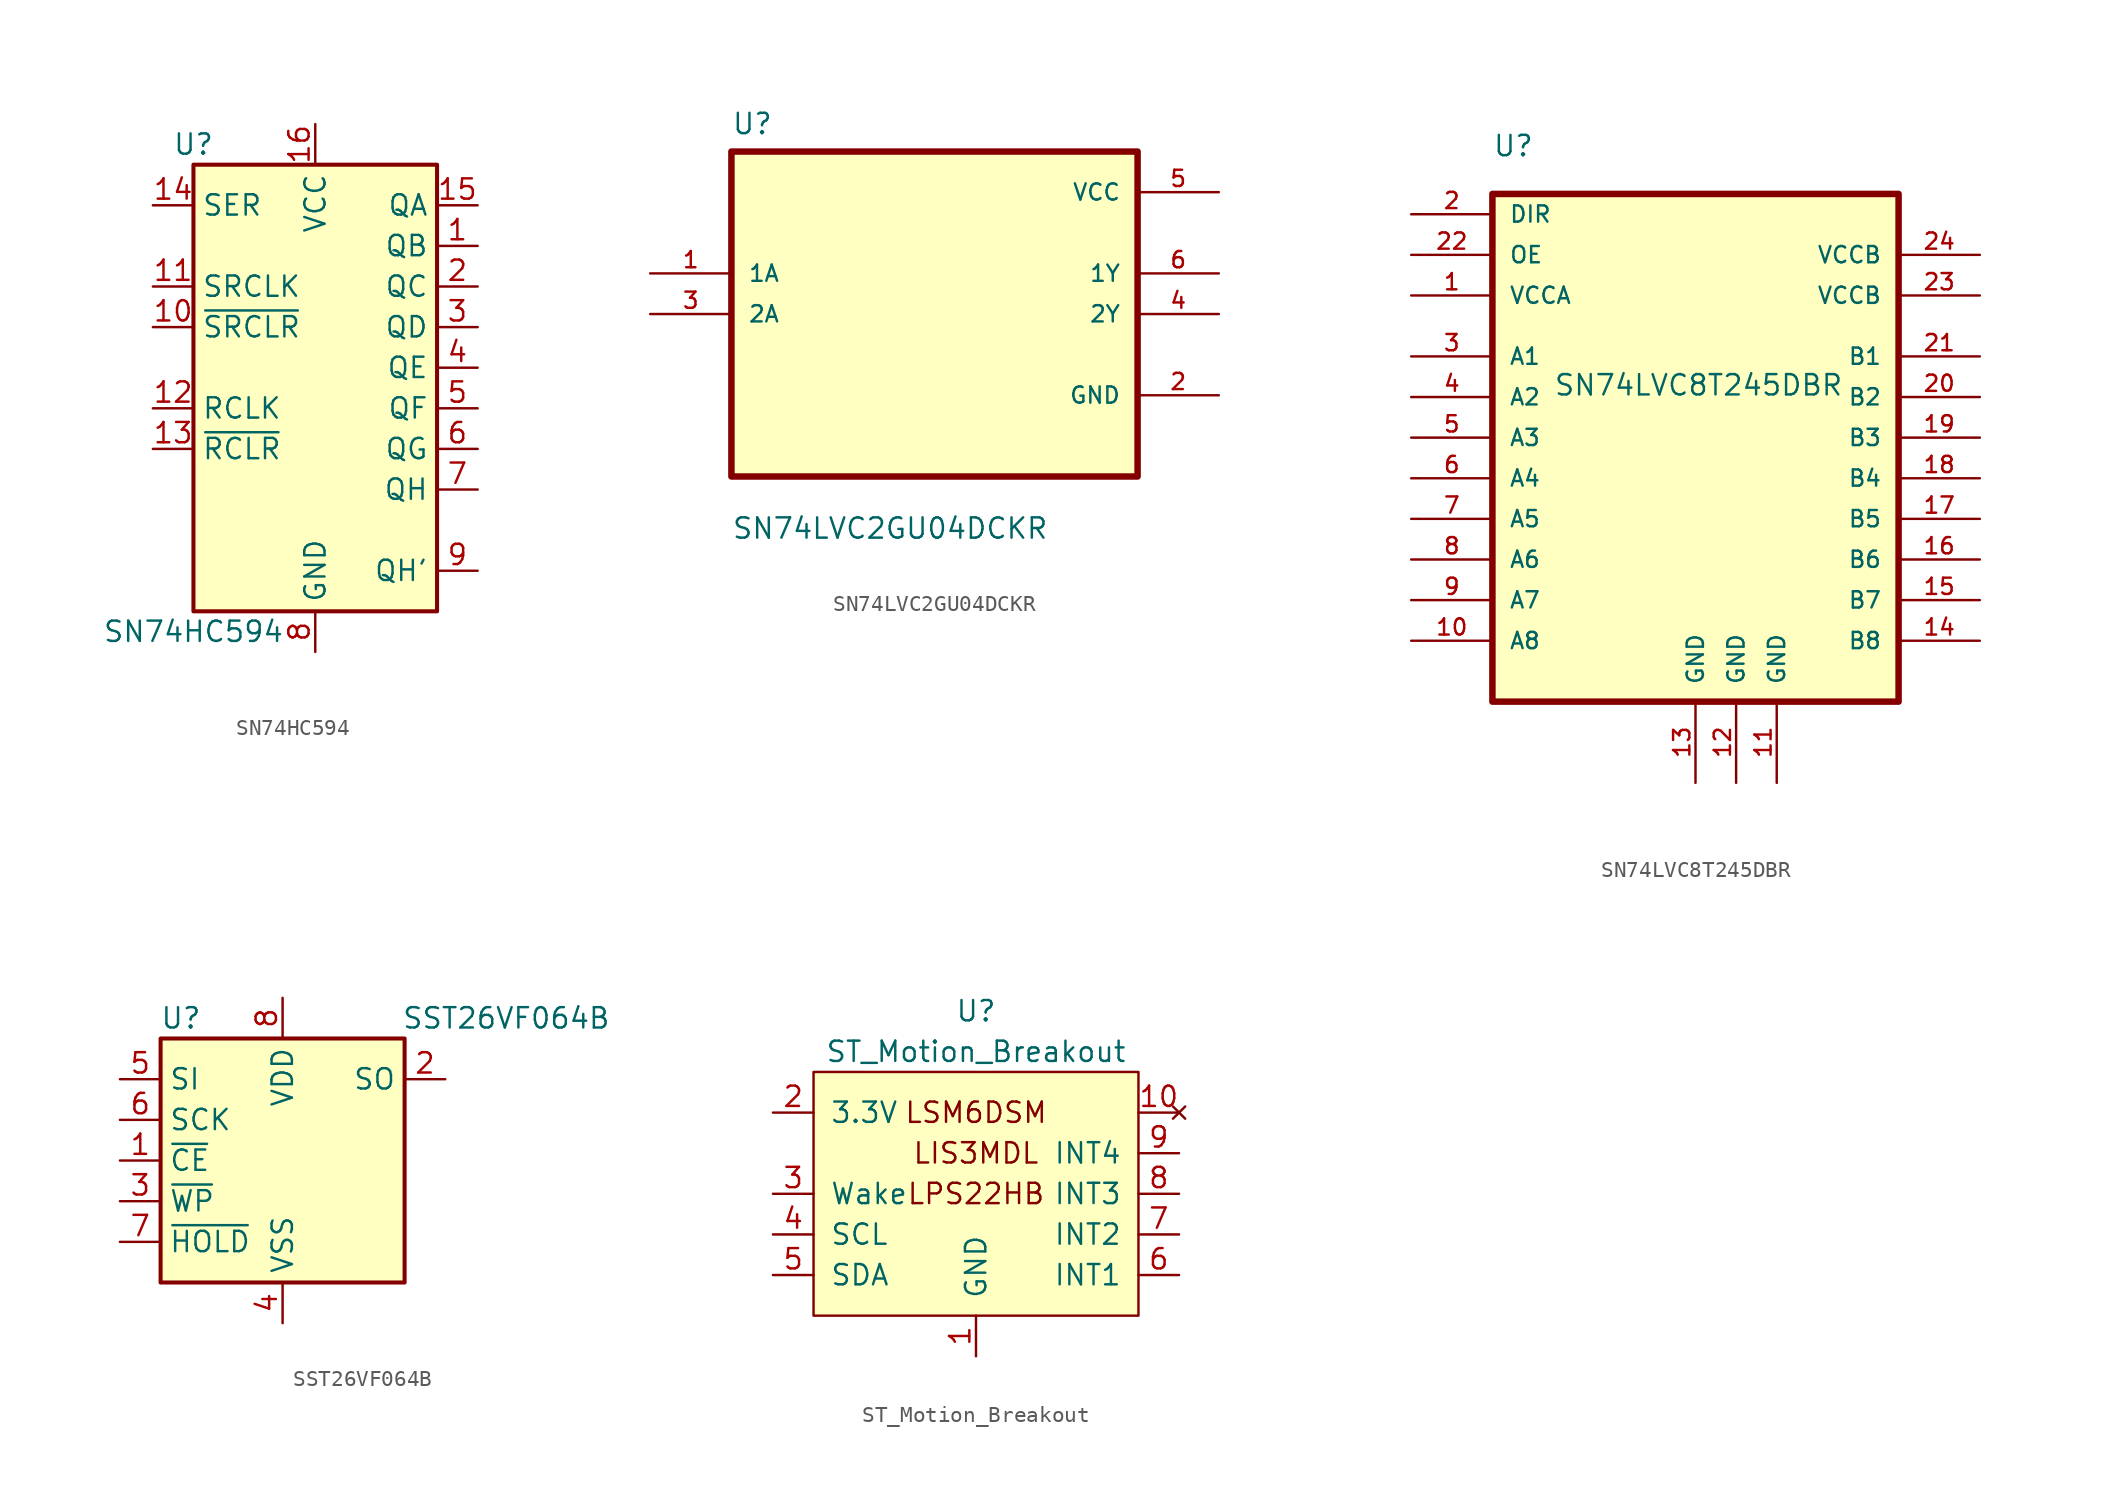
<source format=kicad_sym>
(kicad_symbol_lib
  (version 20211014)
  (generator kicad_symbol_editor)
  (symbol "SN74HC594"
    (property "Reference" "U"
      (at -7.62 13.97 0)
      (effects (font (size 1.27 1.27))))
    (property "Value" "SN74HC594"
      (at -7.62 -16.51 0)
      (effects (font (size 1.27 1.27))))
    (symbol "SN74HC594_1_0"
      (pin open_collector line (at 10.16 7.62 180) (length 2.54) (name "QB" (effects (font (size 1.27 1.27)))) (number "1" (effects (font (size 1.27 1.27)))))
      (pin input line (at -10.16 2.54 0) (length 2.54) (name "~{SRCLR}" (effects (font (size 1.27 1.27)))) (number "10" (effects (font (size 1.27 1.27)))))
      (pin input line (at -10.16 5.08 0) (length 2.54) (name "SRCLK" (effects (font (size 1.27 1.27)))) (number "11" (effects (font (size 1.27 1.27)))))
      (pin input line (at -10.16 -2.54 0) (length 2.54) (name "RCLK" (effects (font (size 1.27 1.27)))) (number "12" (effects (font (size 1.27 1.27)))))
      (pin input line (at -10.16 -5.08 0) (length 2.54) (name "~{RCLR}" (effects (font (size 1.27 1.27)))) (number "13" (effects (font (size 1.27 1.27)))))
      (pin input line (at -10.16 10.16 0) (length 2.54) (name "SER" (effects (font (size 1.27 1.27)))) (number "14" (effects (font (size 1.27 1.27)))))
      (pin open_collector line (at 10.16 10.16 180) (length 2.54) (name "QA" (effects (font (size 1.27 1.27)))) (number "15" (effects (font (size 1.27 1.27)))))
      (pin power_in line (at 0 15.24 270) (length 2.54) (name "VCC" (effects (font (size 1.27 1.27)))) (number "16" (effects (font (size 1.27 1.27)))))
      (pin open_collector line (at 10.16 5.08 180) (length 2.54) (name "QC" (effects (font (size 1.27 1.27)))) (number "2" (effects (font (size 1.27 1.27)))))
      (pin open_collector line (at 10.16 2.54 180) (length 2.54) (name "QD" (effects (font (size 1.27 1.27)))) (number "3" (effects (font (size 1.27 1.27)))))
      (pin open_collector line (at 10.16 0 180) (length 2.54) (name "QE" (effects (font (size 1.27 1.27)))) (number "4" (effects (font (size 1.27 1.27)))))
      (pin open_collector line (at 10.16 -2.54 180) (length 2.54) (name "QF" (effects (font (size 1.27 1.27)))) (number "5" (effects (font (size 1.27 1.27)))))
      (pin open_collector line (at 10.16 -5.08 180) (length 2.54) (name "QG" (effects (font (size 1.27 1.27)))) (number "6" (effects (font (size 1.27 1.27)))))
      (pin open_collector line (at 10.16 -7.62 180) (length 2.54) (name "QH" (effects (font (size 1.27 1.27)))) (number "7" (effects (font (size 1.27 1.27)))))
      (pin power_in line (at 0 -17.78 90) (length 2.54) (name "GND" (effects (font (size 1.27 1.27)))) (number "8" (effects (font (size 1.27 1.27)))))
      (pin output line (at 10.16 -12.7 180) (length 2.54) (name "QH'" (effects (font (size 1.27 1.27)))) (number "9" (effects (font (size 1.27 1.27))))))
    (symbol "SN74HC594_1_1"
      (rectangle (start -7.62 12.7) (end 7.62 -15.24) (stroke (width 0.254) (type default) (color 0 0 0 0)) (fill (type background)))))
  (symbol "SN74LVC2GU04DCKR"
    (pin_names
      (offset 1.016))
    (property "Reference" "U"
      (at -12.7 11.151 0)
      (effects (font (size 1.27 1.27)) (justify left bottom)))
    (property "Value" "SN74LVC2GU04DCKR"
      (at -12.7 -14.148 0)
      (effects (font (size 1.27 1.27)) (justify left bottom)))
    (property "ki_locked" ""
      (at 0 0 0)
      (effects (font (size 1.27 1.27))))
    (symbol "SN74LVC2GU04DCKR_0_0"
      (rectangle (start -12.7 -10.16) (end 12.7 10.16) (stroke (width 0.406) (type default) (color 0 0 0 0)) (fill (type background)))
      (pin input line (at -17.78 2.54 0) (length 5.08) (name "1A" (effects (font (size 1.016 1.016)))) (number "1" (effects (font (size 1.016 1.016)))))
      (pin power_in line (at 17.78 -5.08 180) (length 5.08) (name "GND" (effects (font (size 1.016 1.016)))) (number "2" (effects (font (size 1.016 1.016)))))
      (pin input line (at -17.78 0 0) (length 5.08) (name "2A" (effects (font (size 1.016 1.016)))) (number "3" (effects (font (size 1.016 1.016)))))
      (pin output line (at 17.78 0 180) (length 5.08) (name "2Y" (effects (font (size 1.016 1.016)))) (number "4" (effects (font (size 1.016 1.016)))))
      (pin power_in line (at 17.78 7.62 180) (length 5.08) (name "VCC" (effects (font (size 1.016 1.016)))) (number "5" (effects (font (size 1.016 1.016)))))
      (pin output line (at 17.78 2.54 180) (length 5.08) (name "1Y" (effects (font (size 1.016 1.016)))) (number "6" (effects (font (size 1.016 1.016)))))))
  (symbol "SN74LVC8T245DBR"
    (pin_names
      (offset 1.016))
    (property "Reference" "U"
      (at -12.7 28.931 0)
      (effects (font (size 1.27 1.27)) (justify left bottom)))
    (property "Value" "SN74LVC8T245DBR"
      (at -8.89 13.97 0)
      (effects (font (size 1.27 1.27)) (justify left bottom)))
    (property "ki_locked" ""
      (at 0 0 0)
      (effects (font (size 1.27 1.27))))
    (symbol "SN74LVC8T245DBR_0_0"
      (rectangle (start -12.7 -5.08) (end 12.7 26.67) (stroke (width 0.406) (type default) (color 0 0 0 0)) (fill (type background)))
      (pin power_in line (at -17.78 20.32 0) (length 5.08) (name "VCCA" (effects (font (size 1.016 1.016)))) (number "1" (effects (font (size 1.016 1.016)))))
      (pin bidirectional line (at -17.78 -1.27 0) (length 5.08) (name "A8" (effects (font (size 1.016 1.016)))) (number "10" (effects (font (size 1.016 1.016)))))
      (pin power_in line (at 5.08 -10.16 90) (length 5.08) (name "GND" (effects (font (size 1.016 1.016)))) (number "11" (effects (font (size 1.016 1.016)))))
      (pin power_in line (at 2.54 -10.16 90) (length 5.08) (name "GND" (effects (font (size 1.016 1.016)))) (number "12" (effects (font (size 1.016 1.016)))))
      (pin power_in line (at 0 -10.16 90) (length 5.08) (name "GND" (effects (font (size 1.016 1.016)))) (number "13" (effects (font (size 1.016 1.016)))))
      (pin bidirectional line (at 17.78 -1.27 180) (length 5.08) (name "B8" (effects (font (size 1.016 1.016)))) (number "14" (effects (font (size 1.016 1.016)))))
      (pin bidirectional line (at 17.78 1.27 180) (length 5.08) (name "B7" (effects (font (size 1.016 1.016)))) (number "15" (effects (font (size 1.016 1.016)))))
      (pin bidirectional line (at 17.78 3.81 180) (length 5.08) (name "B6" (effects (font (size 1.016 1.016)))) (number "16" (effects (font (size 1.016 1.016)))))
      (pin bidirectional line (at 17.78 6.35 180) (length 5.08) (name "B5" (effects (font (size 1.016 1.016)))) (number "17" (effects (font (size 1.016 1.016)))))
      (pin bidirectional line (at 17.78 8.89 180) (length 5.08) (name "B4" (effects (font (size 1.016 1.016)))) (number "18" (effects (font (size 1.016 1.016)))))
      (pin bidirectional line (at 17.78 11.43 180) (length 5.08) (name "B3" (effects (font (size 1.016 1.016)))) (number "19" (effects (font (size 1.016 1.016)))))
      (pin input line (at -17.78 25.4 0) (length 5.08) (name "DIR" (effects (font (size 1.016 1.016)))) (number "2" (effects (font (size 1.016 1.016)))))
      (pin bidirectional line (at 17.78 13.97 180) (length 5.08) (name "B2" (effects (font (size 1.016 1.016)))) (number "20" (effects (font (size 1.016 1.016)))))
      (pin bidirectional line (at 17.78 16.51 180) (length 5.08) (name "B1" (effects (font (size 1.016 1.016)))) (number "21" (effects (font (size 1.016 1.016)))))
      (pin input line (at -17.78 22.86 0) (length 5.08) (name "OE" (effects (font (size 1.016 1.016)))) (number "22" (effects (font (size 1.016 1.016)))))
      (pin power_in line (at 17.78 20.32 180) (length 5.08) (name "VCCB" (effects (font (size 1.016 1.016)))) (number "23" (effects (font (size 1.016 1.016)))))
      (pin power_in line (at 17.78 22.86 180) (length 5.08) (name "VCCB" (effects (font (size 1.016 1.016)))) (number "24" (effects (font (size 1.016 1.016)))))
      (pin bidirectional line (at -17.78 16.51 0) (length 5.08) (name "A1" (effects (font (size 1.016 1.016)))) (number "3" (effects (font (size 1.016 1.016)))))
      (pin bidirectional line (at -17.78 13.97 0) (length 5.08) (name "A2" (effects (font (size 1.016 1.016)))) (number "4" (effects (font (size 1.016 1.016)))))
      (pin bidirectional line (at -17.78 11.43 0) (length 5.08) (name "A3" (effects (font (size 1.016 1.016)))) (number "5" (effects (font (size 1.016 1.016)))))
      (pin bidirectional line (at -17.78 8.89 0) (length 5.08) (name "A4" (effects (font (size 1.016 1.016)))) (number "6" (effects (font (size 1.016 1.016)))))
      (pin bidirectional line (at -17.78 6.35 0) (length 5.08) (name "A5" (effects (font (size 1.016 1.016)))) (number "7" (effects (font (size 1.016 1.016)))))
      (pin bidirectional line (at -17.78 3.81 0) (length 5.08) (name "A6" (effects (font (size 1.016 1.016)))) (number "8" (effects (font (size 1.016 1.016)))))
      (pin bidirectional line (at -17.78 1.27 0) (length 5.08) (name "A7" (effects (font (size 1.016 1.016)))) (number "9" (effects (font (size 1.016 1.016)))))))
  (symbol "SST26VF064B"
    (property "Reference" "U"
      (at -6.35 8.89 0)
      (effects (font (size 1.27 1.27))))
    (property "Value" "SST26VF064B"
      (at 13.97 8.89 0)
      (effects (font (size 1.27 1.27))))
    (symbol "SST26VF064B_1_1"
      (rectangle (start -7.62 7.62) (end 7.62 -7.62) (stroke (width 0.254) (type default) (color 0 0 0 0)) (fill (type background)))
      (pin input line (at -10.16 0 0) (length 2.54) (name "~{CE}" (effects (font (size 1.27 1.27)))) (number "1" (effects (font (size 1.27 1.27)))))
      (pin output line (at 10.16 5.08 180) (length 2.54) (name "SO" (effects (font (size 1.27 1.27)))) (number "2" (effects (font (size 1.27 1.27)))))
      (pin input line (at -10.16 -2.54 0) (length 2.54) (name "~{WP}" (effects (font (size 1.27 1.27)))) (number "3" (effects (font (size 1.27 1.27)))))
      (pin power_in line (at 0 -10.16 90) (length 2.54) (name "VSS" (effects (font (size 1.27 1.27)))) (number "4" (effects (font (size 1.27 1.27)))))
      (pin input line (at -10.16 5.08 0) (length 2.54) (name "SI" (effects (font (size 1.27 1.27)))) (number "5" (effects (font (size 1.27 1.27)))))
      (pin input line (at -10.16 2.54 0) (length 2.54) (name "SCK" (effects (font (size 1.27 1.27)))) (number "6" (effects (font (size 1.27 1.27)))))
      (pin input line (at -10.16 -5.08 0) (length 2.54) (name "~{HOLD}" (effects (font (size 1.27 1.27)))) (number "7" (effects (font (size 1.27 1.27)))))
      (pin power_in line (at 0 10.16 270) (length 2.54) (name "VDD" (effects (font (size 1.27 1.27)))) (number "8" (effects (font (size 1.27 1.27)))))))
  (symbol "ST_Motion_Breakout"
    (pin_names
      (offset 1.016))
    (property "Reference" "U"
      (at 0 11.43 0)
      (effects (font (size 1.27 1.27))))
    (property "Value" "ST_Motion_Breakout"
      (at 0 8.89 0)
      (effects (font (size 1.27 1.27))))
    (symbol "ST_Motion_Breakout_0_0"
      (rectangle (start 10.16 -7.62) (end -10.16 7.62) (stroke (width 0) (type default) (color 0 0 0 0)) (fill (type background)))
      (text "LIS3MDL" (at 0 2.54 0) (effects (font (size 1.27 1.27))))
      (text "LPS22HB" (at 0 0 0) (effects (font (size 1.27 1.27))))
      (text "LSM6DSM" (at 0 5.08 0) (effects (font (size 1.27 1.27)))))
    (symbol "ST_Motion_Breakout_1_1"
      (pin power_in line (at 0 -10.16 90) (length 2.54) (name "GND" (effects (font (size 1.27 1.27)))) (number "1" (effects (font (size 1.27 1.27)))))
      (pin no_connect line (at 12.7 5.08 180) (length 2.54) (name "~" (effects (font (size 1.27 1.27)))) (number "10" (effects (font (size 1.27 1.27)))))
      (pin power_in line (at -12.7 5.08 0) (length 2.54) (name "3.3V" (effects (font (size 1.27 1.27)))) (number "2" (effects (font (size 1.27 1.27)))))
      (pin output line (at -12.7 0 0) (length 2.54) (name "Wake" (effects (font (size 1.27 1.27)))) (number "3" (effects (font (size 1.27 1.27)))))
      (pin input line (at -12.7 -2.54 0) (length 2.54) (name "SCL" (effects (font (size 1.27 1.27)))) (number "4" (effects (font (size 1.27 1.27)))))
      (pin bidirectional line (at -12.7 -5.08 0) (length 2.54) (name "SDA" (effects (font (size 1.27 1.27)))) (number "5" (effects (font (size 1.27 1.27)))))
      (pin output line (at 12.7 -5.08 180) (length 2.54) (name "INT1" (effects (font (size 1.27 1.27)))) (number "6" (effects (font (size 1.27 1.27)))))
      (pin output line (at 12.7 -2.54 180) (length 2.54) (name "INT2" (effects (font (size 1.27 1.27)))) (number "7" (effects (font (size 1.27 1.27)))))
      (pin output line (at 12.7 0 180) (length 2.54) (name "INT3" (effects (font (size 1.27 1.27)))) (number "8" (effects (font (size 1.27 1.27)))))
      (pin output line (at 12.7 2.54 180) (length 2.54) (name "INT4" (effects (font (size 1.27 1.27)))) (number "9" (effects (font (size 1.27 1.27))))))))
</source>
